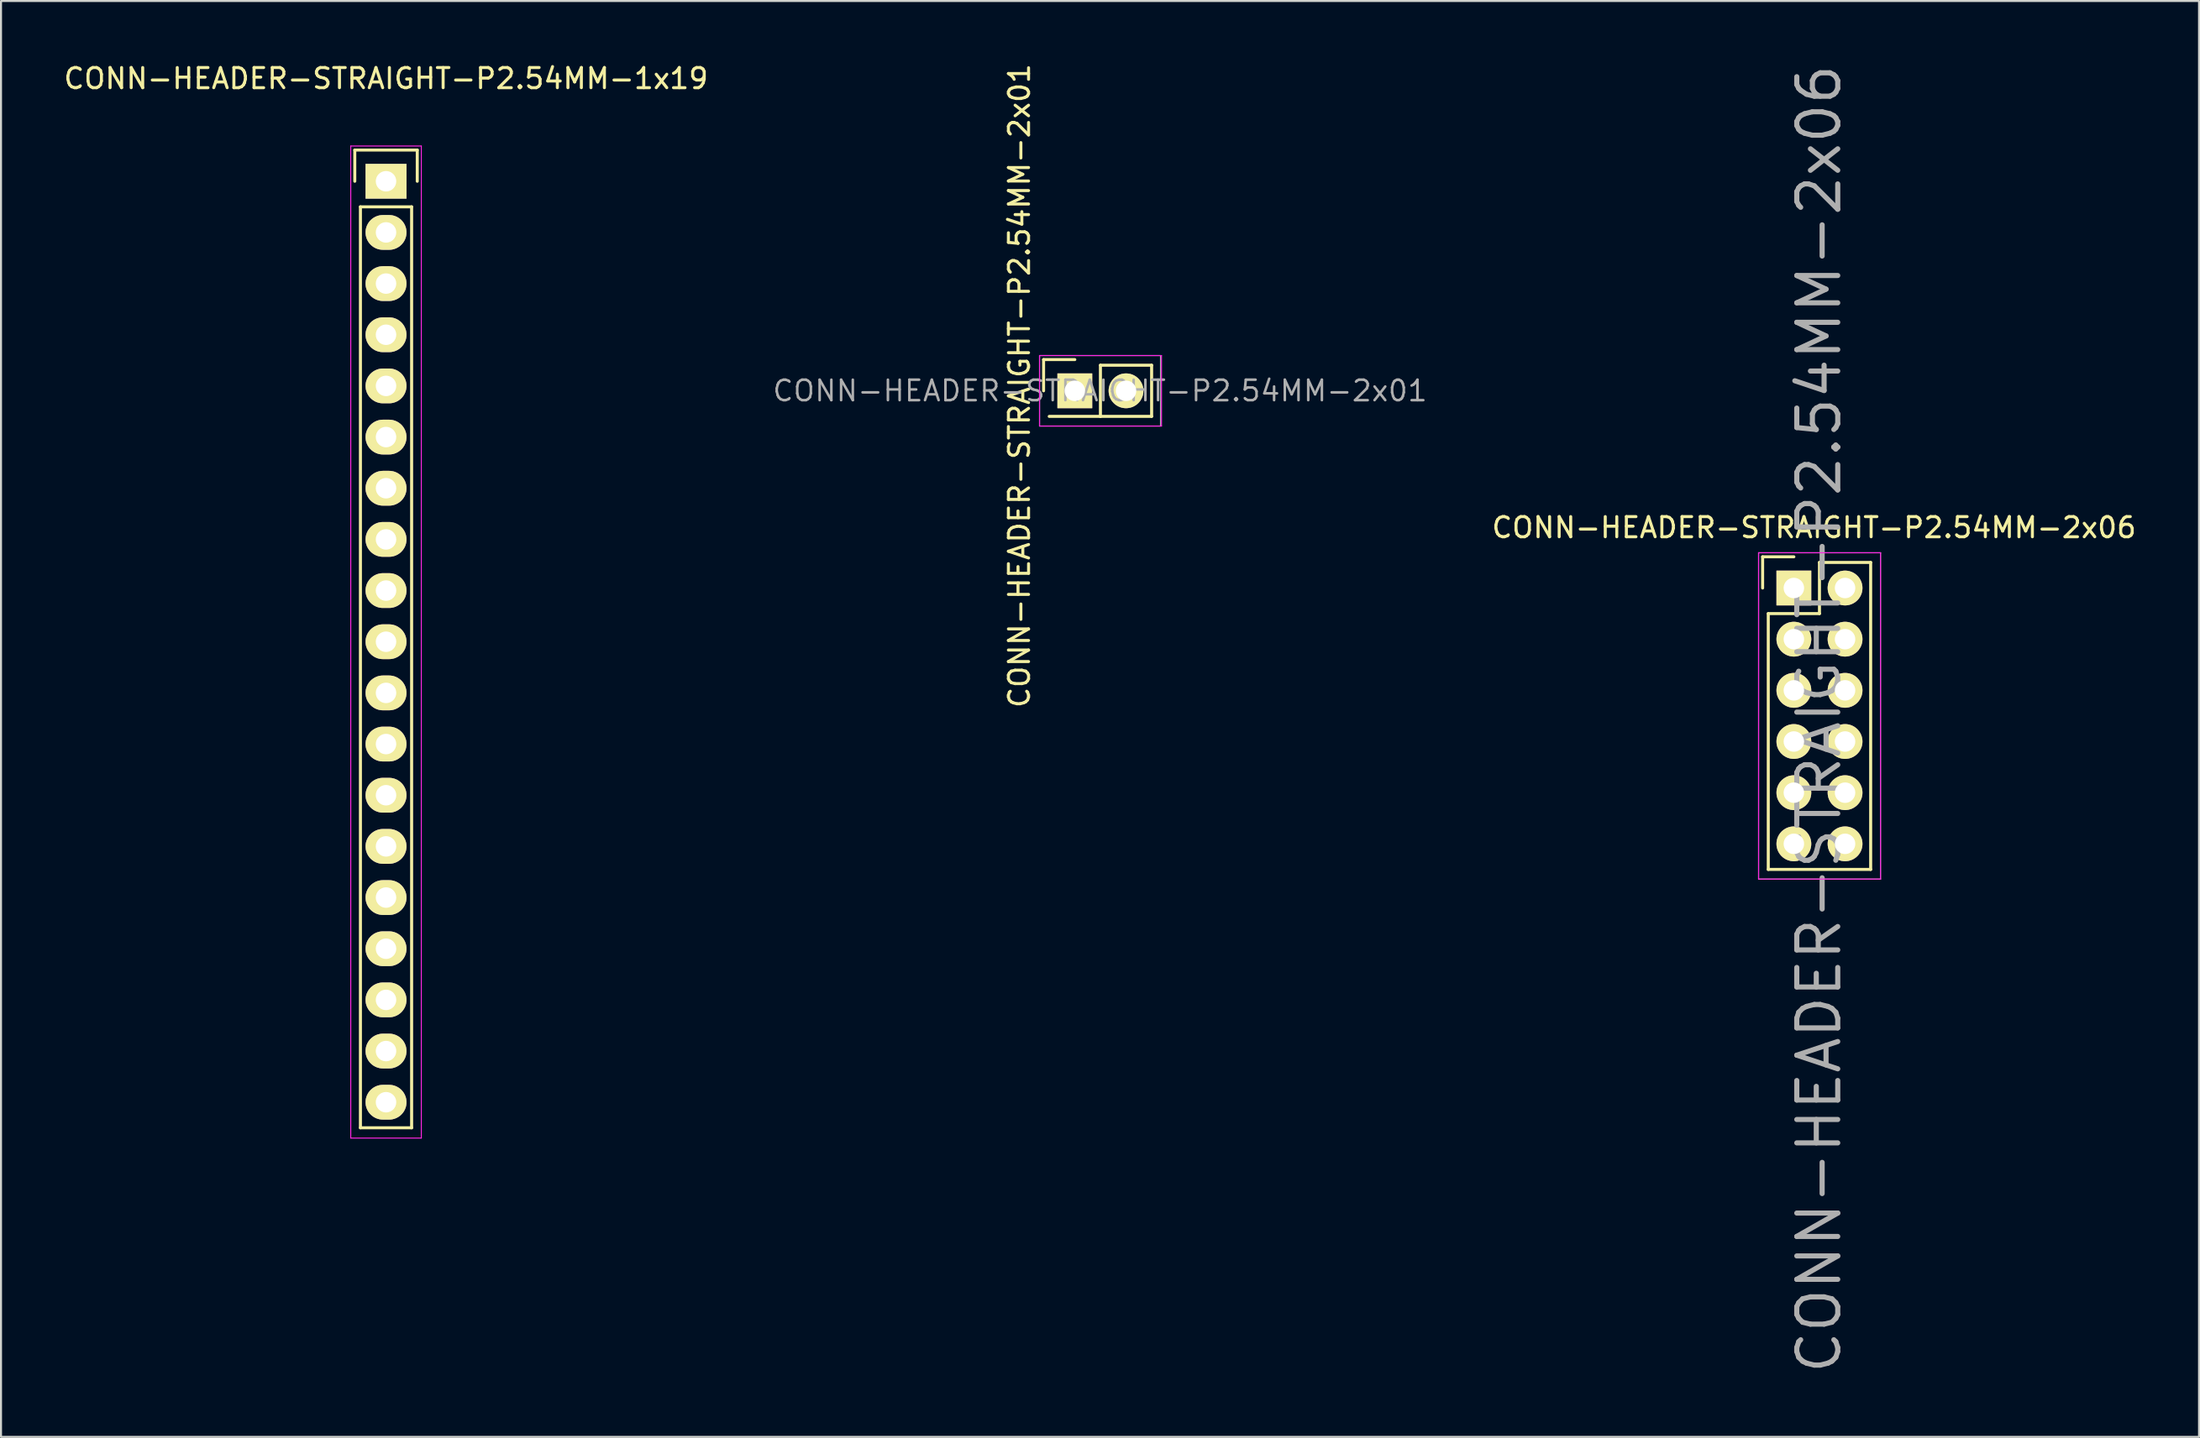
<source format=kicad_pcb>
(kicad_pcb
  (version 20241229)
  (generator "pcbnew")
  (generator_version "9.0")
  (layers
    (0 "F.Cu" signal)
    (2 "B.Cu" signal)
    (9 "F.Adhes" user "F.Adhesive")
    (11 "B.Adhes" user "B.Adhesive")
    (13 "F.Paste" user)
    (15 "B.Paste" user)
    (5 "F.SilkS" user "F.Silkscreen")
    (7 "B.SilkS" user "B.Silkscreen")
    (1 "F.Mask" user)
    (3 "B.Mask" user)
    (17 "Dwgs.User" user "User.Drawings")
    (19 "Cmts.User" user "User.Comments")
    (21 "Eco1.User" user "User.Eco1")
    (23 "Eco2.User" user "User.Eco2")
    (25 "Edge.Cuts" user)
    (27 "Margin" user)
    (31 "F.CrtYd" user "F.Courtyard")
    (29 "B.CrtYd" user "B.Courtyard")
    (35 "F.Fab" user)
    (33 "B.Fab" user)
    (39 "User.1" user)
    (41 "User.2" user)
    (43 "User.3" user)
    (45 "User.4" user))
  (footprint "CONN-HEADER-STRAIGHT-P2.54MM-2x06"
    (layer "F.Cu")
    (at 85.945 26.141)
    (property "Reference" "CONN-HEADER-STRAIGHT-P2.54MM-2x06" (at 1.25 6.5 90) (layer "F.Fab") (effects (font (size 2.032 2.032) (thickness 0.254))))
    (attr through_hole)
    (fp_line (start -1.55 -1.55) (end -1.55 0) (stroke (width 0.15) (type solid)) (layer "F.SilkS"))
    (fp_line (start -1.27 1.27) (end -1.27 13.97) (stroke (width 0.15) (type solid)) (layer "F.SilkS"))
    (fp_line (start 0 -1.55) (end -1.55 -1.55) (stroke (width 0.15) (type solid)) (layer "F.SilkS"))
    (fp_line (start 1.27 -1.27) (end 1.27 1.27) (stroke (width 0.15) (type solid)) (layer "F.SilkS"))
    (fp_line (start 1.27 1.27) (end -1.27 1.27) (stroke (width 0.15) (type solid)) (layer "F.SilkS"))
    (fp_line (start 3.81 -1.27) (end 1.27 -1.27) (stroke (width 0.15) (type solid)) (layer "F.SilkS"))
    (fp_line (start 3.81 13.97) (end -1.27 13.97) (stroke (width 0.15) (type solid)) (layer "F.SilkS"))
    (fp_line (start 3.81 13.97) (end 3.81 -1.27) (stroke (width 0.15) (type solid)) (layer "F.SilkS"))
    (fp_line (start -1.75 -1.75) (end -1.75 14.45) (stroke (width 0.05) (type solid)) (layer "F.CrtYd"))
    (fp_line (start -1.75 -1.75) (end 4.3 -1.75) (stroke (width 0.05) (type solid)) (layer "F.CrtYd"))
    (fp_line (start -1.75 14.45) (end 4.3 14.45) (stroke (width 0.05) (type solid)) (layer "F.CrtYd"))
    (fp_line (start 4.3 -1.75) (end 4.3 14.45) (stroke (width 0.05) (type solid)) (layer "F.CrtYd"))
    (fp_line (start -1.75 -1.75) (end -1.75 14.45) (stroke (width 0.05) (type solid)) (layer "F.Fab"))
    (fp_line (start -1.75 -1.75) (end 4.3 -1.75) (stroke (width 0.05) (type solid)) (layer "F.Fab"))
    (fp_line (start -1.75 14.45) (end 4.3 14.45) (stroke (width 0.05) (type solid)) (layer "F.Fab"))
    (fp_line (start 4.3 -1.75) (end 4.3 14.45) (stroke (width 0.05) (type solid)) (layer "F.Fab"))
    (fp_text user "${REFERENCE}" (at 1 -3 0) (layer "F.SilkS") (effects (font (size 1 1) (thickness 0.15))))
    (pad "1" thru_hole rect (at 0 0) (size 1.727 1.727) (drill 1.016) (layers "*.Cu" "*.Mask" "F.SilkS"))
    (pad "2" thru_hole oval (at 2.54 0) (size 1.727 1.727) (drill 1.016) (layers "*.Cu" "*.Mask" "F.SilkS"))
    (pad "3" thru_hole oval (at 0 2.54) (size 1.727 1.727) (drill 1.016) (layers "*.Cu" "*.Mask" "F.SilkS"))
    (pad "4" thru_hole oval (at 2.54 2.54) (size 1.727 1.727) (drill 1.016) (layers "*.Cu" "*.Mask" "F.SilkS"))
    (pad "5" thru_hole oval (at 0 5.08) (size 1.727 1.727) (drill 1.016) (layers "*.Cu" "*.Mask" "F.SilkS"))
    (pad "6" thru_hole oval (at 2.54 5.08) (size 1.727 1.727) (drill 1.016) (layers "*.Cu" "*.Mask" "F.SilkS"))
    (pad "7" thru_hole oval (at 0 7.62) (size 1.727 1.727) (drill 1.016) (layers "*.Cu" "*.Mask" "F.SilkS"))
    (pad "8" thru_hole oval (at 2.54 7.62) (size 1.727 1.727) (drill 1.016) (layers "*.Cu" "*.Mask" "F.SilkS"))
    (pad "9" thru_hole oval (at 0 10.16) (size 1.727 1.727) (drill 1.016) (layers "*.Cu" "*.Mask" "F.SilkS"))
    (pad "10" thru_hole oval (at 2.54 10.16) (size 1.727 1.727) (drill 1.016) (layers "*.Cu" "*.Mask" "F.SilkS"))
    (pad "11" thru_hole oval (at 0 12.7) (size 1.727 1.727) (drill 1.016) (layers "*.Cu" "*.Mask" "F.SilkS"))
    (pad "12" thru_hole oval (at 2.54 12.7) (size 1.727 1.727) (drill 1.016) (layers "*.Cu" "*.Mask" "F.SilkS")))
  (footprint "CONN-HEADER-STRAIGHT-P2.54MM-1x19"
    (layer "F.Cu")
    (at 16.101 5.948)
    (property "Reference" "CONN-HEADER-STRAIGHT-P2.54MM-1x19" (at 0 -5.1 0) (layer "F.SilkS") (effects (font (size 1 1) (thickness 0.15))))
    (attr through_hole)
    (fp_line (start -1.55 -1.55) (end 1.55 -1.55) (stroke (width 0.15) (type solid)) (layer "F.SilkS"))
    (fp_line (start -1.55 0) (end -1.55 -1.55) (stroke (width 0.15) (type solid)) (layer "F.SilkS"))
    (fp_line (start -1.27 46.99) (end -1.27 1.27) (stroke (width 0.15) (type solid)) (layer "F.SilkS"))
    (fp_line (start 1.27 1.27) (end -1.27 1.27) (stroke (width 0.15) (type solid)) (layer "F.SilkS"))
    (fp_line (start 1.27 1.27) (end 1.27 46.99) (stroke (width 0.15) (type solid)) (layer "F.SilkS"))
    (fp_line (start 1.27 46.99) (end -1.27 46.99) (stroke (width 0.15) (type solid)) (layer "F.SilkS"))
    (fp_line (start 1.55 -1.55) (end 1.55 0) (stroke (width 0.15) (type solid)) (layer "F.SilkS"))
    (fp_line (start -1.75 -1.75) (end -1.75 47.5) (stroke (width 0.05) (type solid)) (layer "F.CrtYd"))
    (fp_line (start -1.75 -1.75) (end 1.75 -1.75) (stroke (width 0.05) (type solid)) (layer "F.CrtYd"))
    (fp_line (start -1.75 47.5) (end 1.75 47.5) (stroke (width 0.05) (type solid)) (layer "F.CrtYd"))
    (fp_line (start 1.75 -1.75) (end 1.75 47.5) (stroke (width 0.05) (type solid)) (layer "F.CrtYd"))
    (pad "1" thru_hole rect (at 0 0) (size 2.032 1.727) (drill 1.016) (layers "*.Cu" "*.Mask" "F.SilkS"))
    (pad "2" thru_hole oval (at 0 2.54) (size 2.032 1.727) (drill 1.016) (layers "*.Cu" "*.Mask" "F.SilkS"))
    (pad "3" thru_hole oval (at 0 5.08) (size 2.032 1.727) (drill 1.016) (layers "*.Cu" "*.Mask" "F.SilkS"))
    (pad "4" thru_hole oval (at 0 7.62) (size 2.032 1.727) (drill 1.016) (layers "*.Cu" "*.Mask" "F.SilkS"))
    (pad "5" thru_hole oval (at 0 10.16) (size 2.032 1.727) (drill 1.016) (layers "*.Cu" "*.Mask" "F.SilkS"))
    (pad "6" thru_hole oval (at 0 12.7) (size 2.032 1.727) (drill 1.016) (layers "*.Cu" "*.Mask" "F.SilkS"))
    (pad "7" thru_hole oval (at 0 15.24) (size 2.032 1.727) (drill 1.016) (layers "*.Cu" "*.Mask" "F.SilkS"))
    (pad "8" thru_hole oval (at 0 17.78) (size 2.032 1.727) (drill 1.016) (layers "*.Cu" "*.Mask" "F.SilkS"))
    (pad "9" thru_hole oval (at 0 20.32) (size 2.032 1.727) (drill 1.016) (layers "*.Cu" "*.Mask" "F.SilkS"))
    (pad "10" thru_hole oval (at 0 22.86) (size 2.032 1.727) (drill 1.016) (layers "*.Cu" "*.Mask" "F.SilkS"))
    (pad "11" thru_hole oval (at 0 25.4) (size 2.032 1.727) (drill 1.016) (layers "*.Cu" "*.Mask" "F.SilkS"))
    (pad "12" thru_hole oval (at 0 27.94) (size 2.032 1.727) (drill 1.016) (layers "*.Cu" "*.Mask" "F.SilkS"))
    (pad "13" thru_hole oval (at 0 30.48) (size 2.032 1.727) (drill 1.016) (layers "*.Cu" "*.Mask" "F.SilkS"))
    (pad "14" thru_hole oval (at 0 33.02) (size 2.032 1.727) (drill 1.016) (layers "*.Cu" "*.Mask" "F.SilkS"))
    (pad "15" thru_hole oval (at 0 35.56) (size 2.032 1.727) (drill 1.016) (layers "*.Cu" "*.Mask" "F.SilkS"))
    (pad "16" thru_hole oval (at 0 38.1) (size 2.032 1.727) (drill 1.016) (layers "*.Cu" "*.Mask" "F.SilkS"))
    (pad "17" thru_hole oval (at 0 40.64) (size 2.032 1.727) (drill 1.016) (layers "*.Cu" "*.Mask" "F.SilkS"))
    (pad "18" thru_hole oval (at 0 43.18) (size 2.032 1.727) (drill 1.016) (layers "*.Cu" "*.Mask" "F.SilkS"))
    (pad "19" thru_hole oval (at 0 45.72) (size 2.032 1.727) (drill 1.016) (layers "*.Cu" "*.Mask" "F.SilkS")))
  (footprint "CONN-HEADER-STRAIGHT-P2.54MM-2x01"
    (layer "F.Cu")
    (at 50.273 16.351)
    (property "Reference" "CONN-HEADER-STRAIGHT-P2.54MM-2x01" (at 1.25 0 0) (layer "F.Fab") (effects (font (size 1.016 1.016) (thickness 0.127))))
    (attr through_hole)
    (fp_line (start -1.55 0) (end -1.55 -1.55) (stroke (width 0.15) (type solid)) (layer "F.SilkS"))
    (fp_line (start -1.27 1.27) (end 1.27 1.27) (stroke (width 0.15) (type solid)) (layer "F.SilkS"))
    (fp_line (start 0 -1.55) (end -1.55 -1.55) (stroke (width 0.15) (type solid)) (layer "F.SilkS"))
    (fp_line (start 1.27 -1.27) (end 1.27 1.27) (stroke (width 0.15) (type solid)) (layer "F.SilkS"))
    (fp_line (start 1.27 1.27) (end 3.81 1.27) (stroke (width 0.15) (type solid)) (layer "F.SilkS"))
    (fp_line (start 3.81 -1.27) (end 1.27 -1.27) (stroke (width 0.15) (type solid)) (layer "F.SilkS"))
    (fp_line (start 3.81 1.27) (end 3.81 -1.27) (stroke (width 0.15) (type solid)) (layer "F.SilkS"))
    (fp_line (start -1.75 -1.75) (end -1.75 1.75) (stroke (width 0.05) (type solid)) (layer "F.CrtYd"))
    (fp_line (start -1.75 -1.75) (end 4.3 -1.75) (stroke (width 0.05) (type solid)) (layer "F.CrtYd"))
    (fp_line (start -1.75 1.75) (end 4.3 1.75) (stroke (width 0.05) (type solid)) (layer "F.CrtYd"))
    (fp_line (start 4.3 -1.75) (end 4.3 1.75) (stroke (width 0.05) (type solid)) (layer "F.CrtYd"))
    (fp_line (start -1.75 -1.75) (end 4.25 -1.75) (stroke (width 0.051) (type solid)) (layer "F.Fab"))
    (fp_line (start -1.75 1.75) (end -1.75 -1.75) (stroke (width 0.051) (type solid)) (layer "F.Fab"))
    (fp_line (start 4.25 -1.75) (end 4.25 1.75) (stroke (width 0.051) (type solid)) (layer "F.Fab"))
    (fp_line (start 4.25 1.75) (end -1.75 1.75) (stroke (width 0.051) (type solid)) (layer "F.Fab"))
    (fp_text user "${REFERENCE}" (at -2.75 -0.25 90) (layer "F.SilkS") (effects (font (size 1 1) (thickness 0.15))))
    (pad "1" thru_hole rect (at 0 0) (size 1.727 1.727) (drill 1.016) (layers "*.Cu" "*.Mask" "F.SilkS"))
    (pad "2" thru_hole oval (at 2.54 0) (size 1.727 1.727) (drill 1.016) (layers "*.Cu" "*.Mask" "F.SilkS")))
  (gr_rect
    (start -3 -3)
    (end 106.046 68.283)
    (stroke (width 0.1) (type default))
    (fill no)
    (layer "Edge.Cuts")))
</source>
